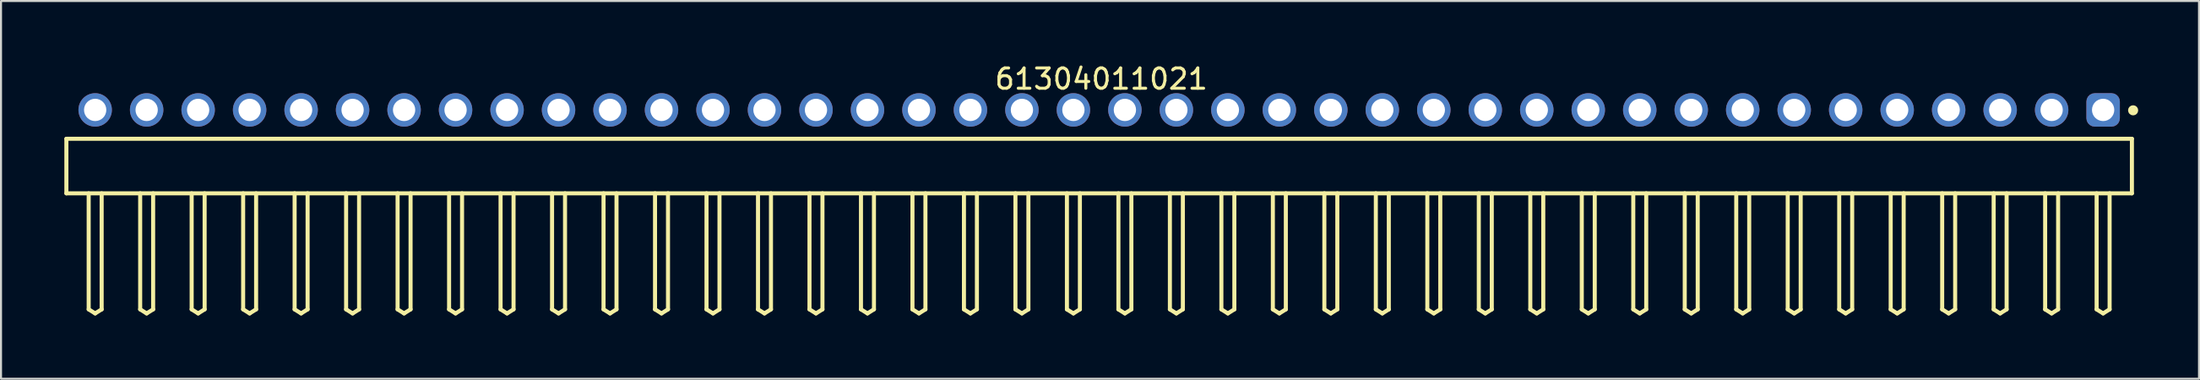
<source format=kicad_pcb>
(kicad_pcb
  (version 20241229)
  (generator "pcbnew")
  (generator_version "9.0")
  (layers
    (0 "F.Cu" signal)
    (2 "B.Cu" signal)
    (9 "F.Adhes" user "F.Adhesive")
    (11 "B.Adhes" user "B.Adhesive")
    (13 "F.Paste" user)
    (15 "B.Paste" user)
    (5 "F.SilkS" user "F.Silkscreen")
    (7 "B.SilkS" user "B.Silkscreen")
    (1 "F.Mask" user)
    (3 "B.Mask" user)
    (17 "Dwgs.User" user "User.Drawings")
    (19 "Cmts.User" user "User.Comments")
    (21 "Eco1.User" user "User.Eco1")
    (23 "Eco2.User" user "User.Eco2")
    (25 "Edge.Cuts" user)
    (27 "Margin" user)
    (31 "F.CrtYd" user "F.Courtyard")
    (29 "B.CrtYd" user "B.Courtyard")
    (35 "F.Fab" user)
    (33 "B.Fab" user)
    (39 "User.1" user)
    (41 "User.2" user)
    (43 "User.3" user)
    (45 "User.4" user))
  (footprint "61304011021"
    (layer "F.Cu")
    (at 51.175 5.143)
    (property "Reference" "61304011021" (at 0.105 -4.295 0) (layer "F.SilkS") (effects (font (size 1 1) (thickness 0.15))))
    (fp_line (start -50.95 -1.345) (end 50.95 -1.345) (stroke (width 0.2) (type solid)) (layer "F.SilkS"))
    (fp_line (start -50.95 1.345) (end -50.95 -1.345) (stroke (width 0.2) (type solid)) (layer "F.SilkS"))
    (fp_line (start -50.95 1.345) (end 50.95 1.345) (stroke (width 0.2) (type solid)) (layer "F.SilkS"))
    (fp_line (start -49.85 7.07) (end -49.85 1.345) (stroke (width 0.2) (type solid)) (layer "F.SilkS"))
    (fp_line (start -49.85 7.07) (end -49.53 7.27) (stroke (width 0.2) (type solid)) (layer "F.SilkS"))
    (fp_line (start -49.53 7.27) (end -49.21 7.07) (stroke (width 0.2) (type solid)) (layer "F.SilkS"))
    (fp_line (start -49.21 7.07) (end -49.21 1.345) (stroke (width 0.2) (type solid)) (layer "F.SilkS"))
    (fp_line (start -47.31 7.07) (end -47.31 1.345) (stroke (width 0.2) (type solid)) (layer "F.SilkS"))
    (fp_line (start -47.31 7.07) (end -46.99 7.27) (stroke (width 0.2) (type solid)) (layer "F.SilkS"))
    (fp_line (start -46.99 7.27) (end -46.67 7.07) (stroke (width 0.2) (type solid)) (layer "F.SilkS"))
    (fp_line (start -46.67 7.07) (end -46.67 1.345) (stroke (width 0.2) (type solid)) (layer "F.SilkS"))
    (fp_line (start -44.77 7.07) (end -44.77 1.345) (stroke (width 0.2) (type solid)) (layer "F.SilkS"))
    (fp_line (start -44.77 7.07) (end -44.45 7.27) (stroke (width 0.2) (type solid)) (layer "F.SilkS"))
    (fp_line (start -44.45 7.27) (end -44.13 7.07) (stroke (width 0.2) (type solid)) (layer "F.SilkS"))
    (fp_line (start -44.13 7.07) (end -44.13 1.345) (stroke (width 0.2) (type solid)) (layer "F.SilkS"))
    (fp_line (start -42.23 7.07) (end -42.23 1.345) (stroke (width 0.2) (type solid)) (layer "F.SilkS"))
    (fp_line (start -42.23 7.07) (end -41.91 7.27) (stroke (width 0.2) (type solid)) (layer "F.SilkS"))
    (fp_line (start -41.91 7.27) (end -41.59 7.07) (stroke (width 0.2) (type solid)) (layer "F.SilkS"))
    (fp_line (start -41.59 7.07) (end -41.59 1.345) (stroke (width 0.2) (type solid)) (layer "F.SilkS"))
    (fp_line (start -39.69 7.07) (end -39.69 1.345) (stroke (width 0.2) (type solid)) (layer "F.SilkS"))
    (fp_line (start -39.69 7.07) (end -39.37 7.27) (stroke (width 0.2) (type solid)) (layer "F.SilkS"))
    (fp_line (start -39.37 7.27) (end -39.05 7.07) (stroke (width 0.2) (type solid)) (layer "F.SilkS"))
    (fp_line (start -39.05 7.07) (end -39.05 1.345) (stroke (width 0.2) (type solid)) (layer "F.SilkS"))
    (fp_line (start -37.15 7.07) (end -37.15 1.345) (stroke (width 0.2) (type solid)) (layer "F.SilkS"))
    (fp_line (start -37.15 7.07) (end -36.83 7.27) (stroke (width 0.2) (type solid)) (layer "F.SilkS"))
    (fp_line (start -36.83 7.27) (end -36.51 7.07) (stroke (width 0.2) (type solid)) (layer "F.SilkS"))
    (fp_line (start -36.51 7.07) (end -36.51 1.345) (stroke (width 0.2) (type solid)) (layer "F.SilkS"))
    (fp_line (start -34.61 7.07) (end -34.61 1.345) (stroke (width 0.2) (type solid)) (layer "F.SilkS"))
    (fp_line (start -34.61 7.07) (end -34.29 7.27) (stroke (width 0.2) (type solid)) (layer "F.SilkS"))
    (fp_line (start -34.29 7.27) (end -33.97 7.07) (stroke (width 0.2) (type solid)) (layer "F.SilkS"))
    (fp_line (start -33.97 7.07) (end -33.97 1.345) (stroke (width 0.2) (type solid)) (layer "F.SilkS"))
    (fp_line (start -32.07 7.07) (end -32.07 1.345) (stroke (width 0.2) (type solid)) (layer "F.SilkS"))
    (fp_line (start -32.07 7.07) (end -31.75 7.27) (stroke (width 0.2) (type solid)) (layer "F.SilkS"))
    (fp_line (start -31.75 7.27) (end -31.43 7.07) (stroke (width 0.2) (type solid)) (layer "F.SilkS"))
    (fp_line (start -31.43 7.07) (end -31.43 1.345) (stroke (width 0.2) (type solid)) (layer "F.SilkS"))
    (fp_line (start -29.53 7.07) (end -29.53 1.345) (stroke (width 0.2) (type solid)) (layer "F.SilkS"))
    (fp_line (start -29.53 7.07) (end -29.21 7.27) (stroke (width 0.2) (type solid)) (layer "F.SilkS"))
    (fp_line (start -29.21 7.27) (end -28.89 7.07) (stroke (width 0.2) (type solid)) (layer "F.SilkS"))
    (fp_line (start -28.89 7.07) (end -28.89 1.345) (stroke (width 0.2) (type solid)) (layer "F.SilkS"))
    (fp_line (start -26.99 7.07) (end -26.99 1.345) (stroke (width 0.2) (type solid)) (layer "F.SilkS"))
    (fp_line (start -26.99 7.07) (end -26.67 7.27) (stroke (width 0.2) (type solid)) (layer "F.SilkS"))
    (fp_line (start -26.67 7.27) (end -26.35 7.07) (stroke (width 0.2) (type solid)) (layer "F.SilkS"))
    (fp_line (start -26.35 7.07) (end -26.35 1.345) (stroke (width 0.2) (type solid)) (layer "F.SilkS"))
    (fp_line (start -24.45 7.07) (end -24.45 1.345) (stroke (width 0.2) (type solid)) (layer "F.SilkS"))
    (fp_line (start -24.45 7.07) (end -24.13 7.27) (stroke (width 0.2) (type solid)) (layer "F.SilkS"))
    (fp_line (start -24.13 7.27) (end -23.81 7.07) (stroke (width 0.2) (type solid)) (layer "F.SilkS"))
    (fp_line (start -23.81 7.07) (end -23.81 1.345) (stroke (width 0.2) (type solid)) (layer "F.SilkS"))
    (fp_line (start -21.91 7.07) (end -21.91 1.345) (stroke (width 0.2) (type solid)) (layer "F.SilkS"))
    (fp_line (start -21.91 7.07) (end -21.59 7.27) (stroke (width 0.2) (type solid)) (layer "F.SilkS"))
    (fp_line (start -21.59 7.27) (end -21.27 7.07) (stroke (width 0.2) (type solid)) (layer "F.SilkS"))
    (fp_line (start -21.27 7.07) (end -21.27 1.345) (stroke (width 0.2) (type solid)) (layer "F.SilkS"))
    (fp_line (start -19.37 7.07) (end -19.37 1.345) (stroke (width 0.2) (type solid)) (layer "F.SilkS"))
    (fp_line (start -19.37 7.07) (end -19.05 7.27) (stroke (width 0.2) (type solid)) (layer "F.SilkS"))
    (fp_line (start -19.05 7.27) (end -18.73 7.07) (stroke (width 0.2) (type solid)) (layer "F.SilkS"))
    (fp_line (start -18.73 7.07) (end -18.73 1.345) (stroke (width 0.2) (type solid)) (layer "F.SilkS"))
    (fp_line (start -16.83 7.07) (end -16.83 1.345) (stroke (width 0.2) (type solid)) (layer "F.SilkS"))
    (fp_line (start -16.83 7.07) (end -16.51 7.27) (stroke (width 0.2) (type solid)) (layer "F.SilkS"))
    (fp_line (start -16.51 7.27) (end -16.19 7.07) (stroke (width 0.2) (type solid)) (layer "F.SilkS"))
    (fp_line (start -16.19 7.07) (end -16.19 1.345) (stroke (width 0.2) (type solid)) (layer "F.SilkS"))
    (fp_line (start -14.29 7.07) (end -14.29 1.345) (stroke (width 0.2) (type solid)) (layer "F.SilkS"))
    (fp_line (start -14.29 7.07) (end -13.97 7.27) (stroke (width 0.2) (type solid)) (layer "F.SilkS"))
    (fp_line (start -13.97 7.27) (end -13.65 7.07) (stroke (width 0.2) (type solid)) (layer "F.SilkS"))
    (fp_line (start -13.65 7.07) (end -13.65 1.345) (stroke (width 0.2) (type solid)) (layer "F.SilkS"))
    (fp_line (start -11.75 7.07) (end -11.75 1.345) (stroke (width 0.2) (type solid)) (layer "F.SilkS"))
    (fp_line (start -11.75 7.07) (end -11.43 7.27) (stroke (width 0.2) (type solid)) (layer "F.SilkS"))
    (fp_line (start -11.43 7.27) (end -11.11 7.07) (stroke (width 0.2) (type solid)) (layer "F.SilkS"))
    (fp_line (start -11.11 7.07) (end -11.11 1.345) (stroke (width 0.2) (type solid)) (layer "F.SilkS"))
    (fp_line (start -9.21 7.07) (end -9.21 1.345) (stroke (width 0.2) (type solid)) (layer "F.SilkS"))
    (fp_line (start -9.21 7.07) (end -8.89 7.27) (stroke (width 0.2) (type solid)) (layer "F.SilkS"))
    (fp_line (start -8.89 7.27) (end -8.57 7.07) (stroke (width 0.2) (type solid)) (layer "F.SilkS"))
    (fp_line (start -8.57 7.07) (end -8.57 1.345) (stroke (width 0.2) (type solid)) (layer "F.SilkS"))
    (fp_line (start -6.67 7.07) (end -6.67 1.345) (stroke (width 0.2) (type solid)) (layer "F.SilkS"))
    (fp_line (start -6.67 7.07) (end -6.35 7.27) (stroke (width 0.2) (type solid)) (layer "F.SilkS"))
    (fp_line (start -6.35 7.27) (end -6.03 7.07) (stroke (width 0.2) (type solid)) (layer "F.SilkS"))
    (fp_line (start -6.03 7.07) (end -6.03 1.345) (stroke (width 0.2) (type solid)) (layer "F.SilkS"))
    (fp_line (start -4.13 7.07) (end -4.13 1.345) (stroke (width 0.2) (type solid)) (layer "F.SilkS"))
    (fp_line (start -4.13 7.07) (end -3.81 7.27) (stroke (width 0.2) (type solid)) (layer "F.SilkS"))
    (fp_line (start -3.81 7.27) (end -3.49 7.07) (stroke (width 0.2) (type solid)) (layer "F.SilkS"))
    (fp_line (start -3.49 7.07) (end -3.49 1.345) (stroke (width 0.2) (type solid)) (layer "F.SilkS"))
    (fp_line (start -1.59 7.07) (end -1.59 1.345) (stroke (width 0.2) (type solid)) (layer "F.SilkS"))
    (fp_line (start -1.59 7.07) (end -1.27 7.27) (stroke (width 0.2) (type solid)) (layer "F.SilkS"))
    (fp_line (start -1.27 7.27) (end -0.95 7.07) (stroke (width 0.2) (type solid)) (layer "F.SilkS"))
    (fp_line (start -0.95 7.07) (end -0.95 1.345) (stroke (width 0.2) (type solid)) (layer "F.SilkS"))
    (fp_line (start 0.95 7.07) (end 0.95 1.345) (stroke (width 0.2) (type solid)) (layer "F.SilkS"))
    (fp_line (start 0.95 7.07) (end 1.27 7.27) (stroke (width 0.2) (type solid)) (layer "F.SilkS"))
    (fp_line (start 1.27 7.27) (end 1.59 7.07) (stroke (width 0.2) (type solid)) (layer "F.SilkS"))
    (fp_line (start 1.59 7.07) (end 1.59 1.345) (stroke (width 0.2) (type solid)) (layer "F.SilkS"))
    (fp_line (start 3.49 7.07) (end 3.49 1.345) (stroke (width 0.2) (type solid)) (layer "F.SilkS"))
    (fp_line (start 3.49 7.07) (end 3.81 7.27) (stroke (width 0.2) (type solid)) (layer "F.SilkS"))
    (fp_line (start 3.81 7.27) (end 4.13 7.07) (stroke (width 0.2) (type solid)) (layer "F.SilkS"))
    (fp_line (start 4.13 7.07) (end 4.13 1.345) (stroke (width 0.2) (type solid)) (layer "F.SilkS"))
    (fp_line (start 6.03 7.07) (end 6.03 1.345) (stroke (width 0.2) (type solid)) (layer "F.SilkS"))
    (fp_line (start 6.03 7.07) (end 6.35 7.27) (stroke (width 0.2) (type solid)) (layer "F.SilkS"))
    (fp_line (start 6.35 7.27) (end 6.67 7.07) (stroke (width 0.2) (type solid)) (layer "F.SilkS"))
    (fp_line (start 6.67 7.07) (end 6.67 1.345) (stroke (width 0.2) (type solid)) (layer "F.SilkS"))
    (fp_line (start 8.57 7.07) (end 8.57 1.345) (stroke (width 0.2) (type solid)) (layer "F.SilkS"))
    (fp_line (start 8.57 7.07) (end 8.89 7.27) (stroke (width 0.2) (type solid)) (layer "F.SilkS"))
    (fp_line (start 8.89 7.27) (end 9.21 7.07) (stroke (width 0.2) (type solid)) (layer "F.SilkS"))
    (fp_line (start 9.21 7.07) (end 9.21 1.345) (stroke (width 0.2) (type solid)) (layer "F.SilkS"))
    (fp_line (start 11.11 7.07) (end 11.11 1.345) (stroke (width 0.2) (type solid)) (layer "F.SilkS"))
    (fp_line (start 11.11 7.07) (end 11.43 7.27) (stroke (width 0.2) (type solid)) (layer "F.SilkS"))
    (fp_line (start 11.43 7.27) (end 11.75 7.07) (stroke (width 0.2) (type solid)) (layer "F.SilkS"))
    (fp_line (start 11.75 7.07) (end 11.75 1.345) (stroke (width 0.2) (type solid)) (layer "F.SilkS"))
    (fp_line (start 13.65 7.07) (end 13.65 1.345) (stroke (width 0.2) (type solid)) (layer "F.SilkS"))
    (fp_line (start 13.65 7.07) (end 13.97 7.27) (stroke (width 0.2) (type solid)) (layer "F.SilkS"))
    (fp_line (start 13.97 7.27) (end 14.29 7.07) (stroke (width 0.2) (type solid)) (layer "F.SilkS"))
    (fp_line (start 14.29 7.07) (end 14.29 1.345) (stroke (width 0.2) (type solid)) (layer "F.SilkS"))
    (fp_line (start 16.19 7.07) (end 16.19 1.345) (stroke (width 0.2) (type solid)) (layer "F.SilkS"))
    (fp_line (start 16.19 7.07) (end 16.51 7.27) (stroke (width 0.2) (type solid)) (layer "F.SilkS"))
    (fp_line (start 16.51 7.27) (end 16.83 7.07) (stroke (width 0.2) (type solid)) (layer "F.SilkS"))
    (fp_line (start 16.83 7.07) (end 16.83 1.345) (stroke (width 0.2) (type solid)) (layer "F.SilkS"))
    (fp_line (start 18.73 7.07) (end 18.73 1.345) (stroke (width 0.2) (type solid)) (layer "F.SilkS"))
    (fp_line (start 18.73 7.07) (end 19.05 7.27) (stroke (width 0.2) (type solid)) (layer "F.SilkS"))
    (fp_line (start 19.05 7.27) (end 19.37 7.07) (stroke (width 0.2) (type solid)) (layer "F.SilkS"))
    (fp_line (start 19.37 7.07) (end 19.37 1.345) (stroke (width 0.2) (type solid)) (layer "F.SilkS"))
    (fp_line (start 21.27 7.07) (end 21.27 1.345) (stroke (width 0.2) (type solid)) (layer "F.SilkS"))
    (fp_line (start 21.27 7.07) (end 21.59 7.27) (stroke (width 0.2) (type solid)) (layer "F.SilkS"))
    (fp_line (start 21.59 7.27) (end 21.91 7.07) (stroke (width 0.2) (type solid)) (layer "F.SilkS"))
    (fp_line (start 21.91 7.07) (end 21.91 1.345) (stroke (width 0.2) (type solid)) (layer "F.SilkS"))
    (fp_line (start 23.81 7.07) (end 23.81 1.345) (stroke (width 0.2) (type solid)) (layer "F.SilkS"))
    (fp_line (start 23.81 7.07) (end 24.13 7.27) (stroke (width 0.2) (type solid)) (layer "F.SilkS"))
    (fp_line (start 24.13 7.27) (end 24.45 7.07) (stroke (width 0.2) (type solid)) (layer "F.SilkS"))
    (fp_line (start 24.45 7.07) (end 24.45 1.345) (stroke (width 0.2) (type solid)) (layer "F.SilkS"))
    (fp_line (start 26.35 7.07) (end 26.35 1.345) (stroke (width 0.2) (type solid)) (layer "F.SilkS"))
    (fp_line (start 26.35 7.07) (end 26.67 7.27) (stroke (width 0.2) (type solid)) (layer "F.SilkS"))
    (fp_line (start 26.67 7.27) (end 26.99 7.07) (stroke (width 0.2) (type solid)) (layer "F.SilkS"))
    (fp_line (start 26.99 7.07) (end 26.99 1.345) (stroke (width 0.2) (type solid)) (layer "F.SilkS"))
    (fp_line (start 28.89 7.07) (end 28.89 1.345) (stroke (width 0.2) (type solid)) (layer "F.SilkS"))
    (fp_line (start 28.89 7.07) (end 29.21 7.27) (stroke (width 0.2) (type solid)) (layer "F.SilkS"))
    (fp_line (start 29.21 7.27) (end 29.53 7.07) (stroke (width 0.2) (type solid)) (layer "F.SilkS"))
    (fp_line (start 29.53 7.07) (end 29.53 1.345) (stroke (width 0.2) (type solid)) (layer "F.SilkS"))
    (fp_line (start 31.43 7.07) (end 31.43 1.345) (stroke (width 0.2) (type solid)) (layer "F.SilkS"))
    (fp_line (start 31.43 7.07) (end 31.75 7.27) (stroke (width 0.2) (type solid)) (layer "F.SilkS"))
    (fp_line (start 31.75 7.27) (end 32.07 7.07) (stroke (width 0.2) (type solid)) (layer "F.SilkS"))
    (fp_line (start 32.07 7.07) (end 32.07 1.345) (stroke (width 0.2) (type solid)) (layer "F.SilkS"))
    (fp_line (start 33.97 7.07) (end 33.97 1.345) (stroke (width 0.2) (type solid)) (layer "F.SilkS"))
    (fp_line (start 33.97 7.07) (end 34.29 7.27) (stroke (width 0.2) (type solid)) (layer "F.SilkS"))
    (fp_line (start 34.29 7.27) (end 34.61 7.07) (stroke (width 0.2) (type solid)) (layer "F.SilkS"))
    (fp_line (start 34.61 7.07) (end 34.61 1.345) (stroke (width 0.2) (type solid)) (layer "F.SilkS"))
    (fp_line (start 36.51 7.07) (end 36.51 1.345) (stroke (width 0.2) (type solid)) (layer "F.SilkS"))
    (fp_line (start 36.51 7.07) (end 36.83 7.27) (stroke (width 0.2) (type solid)) (layer "F.SilkS"))
    (fp_line (start 36.83 7.27) (end 37.15 7.07) (stroke (width 0.2) (type solid)) (layer "F.SilkS"))
    (fp_line (start 37.15 7.07) (end 37.15 1.345) (stroke (width 0.2) (type solid)) (layer "F.SilkS"))
    (fp_line (start 39.05 7.07) (end 39.05 1.345) (stroke (width 0.2) (type solid)) (layer "F.SilkS"))
    (fp_line (start 39.05 7.07) (end 39.37 7.27) (stroke (width 0.2) (type solid)) (layer "F.SilkS"))
    (fp_line (start 39.37 7.27) (end 39.69 7.07) (stroke (width 0.2) (type solid)) (layer "F.SilkS"))
    (fp_line (start 39.69 7.07) (end 39.69 1.345) (stroke (width 0.2) (type solid)) (layer "F.SilkS"))
    (fp_line (start 41.59 7.07) (end 41.59 1.345) (stroke (width 0.2) (type solid)) (layer "F.SilkS"))
    (fp_line (start 41.59 7.07) (end 41.91 7.27) (stroke (width 0.2) (type solid)) (layer "F.SilkS"))
    (fp_line (start 41.91 7.27) (end 42.23 7.07) (stroke (width 0.2) (type solid)) (layer "F.SilkS"))
    (fp_line (start 42.23 7.07) (end 42.23 1.345) (stroke (width 0.2) (type solid)) (layer "F.SilkS"))
    (fp_line (start 44.13 7.07) (end 44.13 1.345) (stroke (width 0.2) (type solid)) (layer "F.SilkS"))
    (fp_line (start 44.13 7.07) (end 44.45 7.27) (stroke (width 0.2) (type solid)) (layer "F.SilkS"))
    (fp_line (start 44.45 7.27) (end 44.77 7.07) (stroke (width 0.2) (type solid)) (layer "F.SilkS"))
    (fp_line (start 44.77 7.07) (end 44.77 1.345) (stroke (width 0.2) (type solid)) (layer "F.SilkS"))
    (fp_line (start 46.67 7.07) (end 46.67 1.345) (stroke (width 0.2) (type solid)) (layer "F.SilkS"))
    (fp_line (start 46.67 7.07) (end 46.99 7.27) (stroke (width 0.2) (type solid)) (layer "F.SilkS"))
    (fp_line (start 46.99 7.27) (end 47.31 7.07) (stroke (width 0.2) (type solid)) (layer "F.SilkS"))
    (fp_line (start 47.31 7.07) (end 47.31 1.345) (stroke (width 0.2) (type solid)) (layer "F.SilkS"))
    (fp_line (start 49.21 7.07) (end 49.21 1.345) (stroke (width 0.2) (type solid)) (layer "F.SilkS"))
    (fp_line (start 49.21 7.07) (end 49.53 7.27) (stroke (width 0.2) (type solid)) (layer "F.SilkS"))
    (fp_line (start 49.53 7.27) (end 49.85 7.07) (stroke (width 0.2) (type solid)) (layer "F.SilkS"))
    (fp_line (start 49.85 7.07) (end 49.85 1.345) (stroke (width 0.2) (type solid)) (layer "F.SilkS"))
    (fp_line (start 50.95 1.345) (end 50.95 -1.345) (stroke (width 0.2) (type solid)) (layer "F.SilkS"))
    (fp_circle (center 51.01 -2.75) (end 51.01 -2.875) (stroke (width 0.25) (type solid)) (fill no) (layer "F.SilkS"))
    (fp_line (start -51.15 -3.795) (end 51.15 -3.795) (stroke (width 0.05) (type solid)) (layer "Eco2.User"))
    (fp_line (start -51.15 7.47) (end -51.15 -3.795) (stroke (width 0.05) (type solid)) (layer "Eco2.User"))
    (fp_line (start -51.15 7.47) (end 51.15 7.47) (stroke (width 0.05) (type solid)) (layer "Eco2.User"))
    (fp_line (start -50.8 -1.27) (end 50.8 -1.27) (stroke (width 0.1) (type solid)) (layer "Eco2.User"))
    (fp_line (start -50.8 1.27) (end -50.8 -1.27) (stroke (width 0.1) (type solid)) (layer "Eco2.User"))
    (fp_line (start -50.8 1.27) (end 50.8 1.27) (stroke (width 0.1) (type solid)) (layer "Eco2.User"))
    (fp_line (start -49.85 -3.09) (end -49.21 -3.09) (stroke (width 0.1) (type solid)) (layer "Eco2.User"))
    (fp_line (start -49.85 -1.27) (end -49.85 -3.09) (stroke (width 0.1) (type solid)) (layer "Eco2.User"))
    (fp_line (start -49.85 7.07) (end -49.85 1.27) (stroke (width 0.1) (type solid)) (layer "Eco2.User"))
    (fp_line (start -49.85 7.07) (end -49.53 7.27) (stroke (width 0.1) (type solid)) (layer "Eco2.User"))
    (fp_line (start -49.53 7.27) (end -49.21 7.07) (stroke (width 0.1) (type solid)) (layer "Eco2.User"))
    (fp_line (start -49.21 -1.27) (end -49.21 -3.09) (stroke (width 0.1) (type solid)) (layer "Eco2.User"))
    (fp_line (start -49.21 7.07) (end -49.21 1.27) (stroke (width 0.1) (type solid)) (layer "Eco2.User"))
    (fp_line (start -47.31 -3.09) (end -46.67 -3.09) (stroke (width 0.1) (type solid)) (layer "Eco2.User"))
    (fp_line (start -47.31 -1.27) (end -47.31 -3.09) (stroke (width 0.1) (type solid)) (layer "Eco2.User"))
    (fp_line (start -47.31 7.07) (end -47.31 1.27) (stroke (width 0.1) (type solid)) (layer "Eco2.User"))
    (fp_line (start -47.31 7.07) (end -46.99 7.27) (stroke (width 0.1) (type solid)) (layer "Eco2.User"))
    (fp_line (start -46.99 7.27) (end -46.67 7.07) (stroke (width 0.1) (type solid)) (layer "Eco2.User"))
    (fp_line (start -46.67 -1.27) (end -46.67 -3.09) (stroke (width 0.1) (type solid)) (layer "Eco2.User"))
    (fp_line (start -46.67 7.07) (end -46.67 1.27) (stroke (width 0.1) (type solid)) (layer "Eco2.User"))
    (fp_line (start -44.77 -3.09) (end -44.13 -3.09) (stroke (width 0.1) (type solid)) (layer "Eco2.User"))
    (fp_line (start -44.77 -1.27) (end -44.77 -3.09) (stroke (width 0.1) (type solid)) (layer "Eco2.User"))
    (fp_line (start -44.77 7.07) (end -44.77 1.27) (stroke (width 0.1) (type solid)) (layer "Eco2.User"))
    (fp_line (start -44.77 7.07) (end -44.45 7.27) (stroke (width 0.1) (type solid)) (layer "Eco2.User"))
    (fp_line (start -44.45 7.27) (end -44.13 7.07) (stroke (width 0.1) (type solid)) (layer "Eco2.User"))
    (fp_line (start -44.13 -1.27) (end -44.13 -3.09) (stroke (width 0.1) (type solid)) (layer "Eco2.User"))
    (fp_line (start -44.13 7.07) (end -44.13 1.27) (stroke (width 0.1) (type solid)) (layer "Eco2.User"))
    (fp_line (start -42.23 -3.09) (end -41.59 -3.09) (stroke (width 0.1) (type solid)) (layer "Eco2.User"))
    (fp_line (start -42.23 -1.27) (end -42.23 -3.09) (stroke (width 0.1) (type solid)) (layer "Eco2.User"))
    (fp_line (start -42.23 7.07) (end -42.23 1.27) (stroke (width 0.1) (type solid)) (layer "Eco2.User"))
    (fp_line (start -42.23 7.07) (end -41.91 7.27) (stroke (width 0.1) (type solid)) (layer "Eco2.User"))
    (fp_line (start -41.91 7.27) (end -41.59 7.07) (stroke (width 0.1) (type solid)) (layer "Eco2.User"))
    (fp_line (start -41.59 -1.27) (end -41.59 -3.09) (stroke (width 0.1) (type solid)) (layer "Eco2.User"))
    (fp_line (start -41.59 7.07) (end -41.59 1.27) (stroke (width 0.1) (type solid)) (layer "Eco2.User"))
    (fp_line (start -39.69 -3.09) (end -39.05 -3.09) (stroke (width 0.1) (type solid)) (layer "Eco2.User"))
    (fp_line (start -39.69 -1.27) (end -39.69 -3.09) (stroke (width 0.1) (type solid)) (layer "Eco2.User"))
    (fp_line (start -39.69 7.07) (end -39.69 1.27) (stroke (width 0.1) (type solid)) (layer "Eco2.User"))
    (fp_line (start -39.69 7.07) (end -39.37 7.27) (stroke (width 0.1) (type solid)) (layer "Eco2.User"))
    (fp_line (start -39.37 7.27) (end -39.05 7.07) (stroke (width 0.1) (type solid)) (layer "Eco2.User"))
    (fp_line (start -39.05 -1.27) (end -39.05 -3.09) (stroke (width 0.1) (type solid)) (layer "Eco2.User"))
    (fp_line (start -39.05 7.07) (end -39.05 1.27) (stroke (width 0.1) (type solid)) (layer "Eco2.User"))
    (fp_line (start -37.15 -3.09) (end -36.51 -3.09) (stroke (width 0.1) (type solid)) (layer "Eco2.User"))
    (fp_line (start -37.15 -1.27) (end -37.15 -3.09) (stroke (width 0.1) (type solid)) (layer "Eco2.User"))
    (fp_line (start -37.15 7.07) (end -37.15 1.27) (stroke (width 0.1) (type solid)) (layer "Eco2.User"))
    (fp_line (start -37.15 7.07) (end -36.83 7.27) (stroke (width 0.1) (type solid)) (layer "Eco2.User"))
    (fp_line (start -36.83 7.27) (end -36.51 7.07) (stroke (width 0.1) (type solid)) (layer "Eco2.User"))
    (fp_line (start -36.51 -1.27) (end -36.51 -3.09) (stroke (width 0.1) (type solid)) (layer "Eco2.User"))
    (fp_line (start -36.51 7.07) (end -36.51 1.27) (stroke (width 0.1) (type solid)) (layer "Eco2.User"))
    (fp_line (start -34.61 -3.09) (end -33.97 -3.09) (stroke (width 0.1) (type solid)) (layer "Eco2.User"))
    (fp_line (start -34.61 -1.27) (end -34.61 -3.09) (stroke (width 0.1) (type solid)) (layer "Eco2.User"))
    (fp_line (start -34.61 7.07) (end -34.61 1.27) (stroke (width 0.1) (type solid)) (layer "Eco2.User"))
    (fp_line (start -34.61 7.07) (end -34.29 7.27) (stroke (width 0.1) (type solid)) (layer "Eco2.User"))
    (fp_line (start -34.29 7.27) (end -33.97 7.07) (stroke (width 0.1) (type solid)) (layer "Eco2.User"))
    (fp_line (start -33.97 -1.27) (end -33.97 -3.09) (stroke (width 0.1) (type solid)) (layer "Eco2.User"))
    (fp_line (start -33.97 7.07) (end -33.97 1.27) (stroke (width 0.1) (type solid)) (layer "Eco2.User"))
    (fp_line (start -32.07 -3.09) (end -31.43 -3.09) (stroke (width 0.1) (type solid)) (layer "Eco2.User"))
    (fp_line (start -32.07 -1.27) (end -32.07 -3.09) (stroke (width 0.1) (type solid)) (layer "Eco2.User"))
    (fp_line (start -32.07 7.07) (end -32.07 1.27) (stroke (width 0.1) (type solid)) (layer "Eco2.User"))
    (fp_line (start -32.07 7.07) (end -31.75 7.27) (stroke (width 0.1) (type solid)) (layer "Eco2.User"))
    (fp_line (start -31.75 7.27) (end -31.43 7.07) (stroke (width 0.1) (type solid)) (layer "Eco2.User"))
    (fp_line (start -31.43 -1.27) (end -31.43 -3.09) (stroke (width 0.1) (type solid)) (layer "Eco2.User"))
    (fp_line (start -31.43 7.07) (end -31.43 1.27) (stroke (width 0.1) (type solid)) (layer "Eco2.User"))
    (fp_line (start -29.53 -3.09) (end -28.89 -3.09) (stroke (width 0.1) (type solid)) (layer "Eco2.User"))
    (fp_line (start -29.53 -1.27) (end -29.53 -3.09) (stroke (width 0.1) (type solid)) (layer "Eco2.User"))
    (fp_line (start -29.53 7.07) (end -29.53 1.27) (stroke (width 0.1) (type solid)) (layer "Eco2.User"))
    (fp_line (start -29.53 7.07) (end -29.21 7.27) (stroke (width 0.1) (type solid)) (layer "Eco2.User"))
    (fp_line (start -29.21 7.27) (end -28.89 7.07) (stroke (width 0.1) (type solid)) (layer "Eco2.User"))
    (fp_line (start -28.89 -1.27) (end -28.89 -3.09) (stroke (width 0.1) (type solid)) (layer "Eco2.User"))
    (fp_line (start -28.89 7.07) (end -28.89 1.27) (stroke (width 0.1) (type solid)) (layer "Eco2.User"))
    (fp_line (start -26.99 -3.09) (end -26.35 -3.09) (stroke (width 0.1) (type solid)) (layer "Eco2.User"))
    (fp_line (start -26.99 -1.27) (end -26.99 -3.09) (stroke (width 0.1) (type solid)) (layer "Eco2.User"))
    (fp_line (start -26.99 7.07) (end -26.99 1.27) (stroke (width 0.1) (type solid)) (layer "Eco2.User"))
    (fp_line (start -26.99 7.07) (end -26.67 7.27) (stroke (width 0.1) (type solid)) (layer "Eco2.User"))
    (fp_line (start -26.67 7.27) (end -26.35 7.07) (stroke (width 0.1) (type solid)) (layer "Eco2.User"))
    (fp_line (start -26.35 -1.27) (end -26.35 -3.09) (stroke (width 0.1) (type solid)) (layer "Eco2.User"))
    (fp_line (start -26.35 7.07) (end -26.35 1.27) (stroke (width 0.1) (type solid)) (layer "Eco2.User"))
    (fp_line (start -24.45 -3.09) (end -23.81 -3.09) (stroke (width 0.1) (type solid)) (layer "Eco2.User"))
    (fp_line (start -24.45 -1.27) (end -24.45 -3.09) (stroke (width 0.1) (type solid)) (layer "Eco2.User"))
    (fp_line (start -24.45 7.07) (end -24.45 1.27) (stroke (width 0.1) (type solid)) (layer "Eco2.User"))
    (fp_line (start -24.45 7.07) (end -24.13 7.27) (stroke (width 0.1) (type solid)) (layer "Eco2.User"))
    (fp_line (start -24.13 7.27) (end -23.81 7.07) (stroke (width 0.1) (type solid)) (layer "Eco2.User"))
    (fp_line (start -23.81 -1.27) (end -23.81 -3.09) (stroke (width 0.1) (type solid)) (layer "Eco2.User"))
    (fp_line (start -23.81 7.07) (end -23.81 1.27) (stroke (width 0.1) (type solid)) (layer "Eco2.User"))
    (fp_line (start -21.91 -3.09) (end -21.27 -3.09) (stroke (width 0.1) (type solid)) (layer "Eco2.User"))
    (fp_line (start -21.91 -1.27) (end -21.91 -3.09) (stroke (width 0.1) (type solid)) (layer "Eco2.User"))
    (fp_line (start -21.91 7.07) (end -21.91 1.27) (stroke (width 0.1) (type solid)) (layer "Eco2.User"))
    (fp_line (start -21.91 7.07) (end -21.59 7.27) (stroke (width 0.1) (type solid)) (layer "Eco2.User"))
    (fp_line (start -21.59 7.27) (end -21.27 7.07) (stroke (width 0.1) (type solid)) (layer "Eco2.User"))
    (fp_line (start -21.27 -1.27) (end -21.27 -3.09) (stroke (width 0.1) (type solid)) (layer "Eco2.User"))
    (fp_line (start -21.27 7.07) (end -21.27 1.27) (stroke (width 0.1) (type solid)) (layer "Eco2.User"))
    (fp_line (start -19.37 -3.09) (end -18.73 -3.09) (stroke (width 0.1) (type solid)) (layer "Eco2.User"))
    (fp_line (start -19.37 -1.27) (end -19.37 -3.09) (stroke (width 0.1) (type solid)) (layer "Eco2.User"))
    (fp_line (start -19.37 7.07) (end -19.37 1.27) (stroke (width 0.1) (type solid)) (layer "Eco2.User"))
    (fp_line (start -19.37 7.07) (end -19.05 7.27) (stroke (width 0.1) (type solid)) (layer "Eco2.User"))
    (fp_line (start -19.05 7.27) (end -18.73 7.07) (stroke (width 0.1) (type solid)) (layer "Eco2.User"))
    (fp_line (start -18.73 -1.27) (end -18.73 -3.09) (stroke (width 0.1) (type solid)) (layer "Eco2.User"))
    (fp_line (start -18.73 7.07) (end -18.73 1.27) (stroke (width 0.1) (type solid)) (layer "Eco2.User"))
    (fp_line (start -16.83 -3.09) (end -16.19 -3.09) (stroke (width 0.1) (type solid)) (layer "Eco2.User"))
    (fp_line (start -16.83 -1.27) (end -16.83 -3.09) (stroke (width 0.1) (type solid)) (layer "Eco2.User"))
    (fp_line (start -16.83 7.07) (end -16.83 1.27) (stroke (width 0.1) (type solid)) (layer "Eco2.User"))
    (fp_line (start -16.83 7.07) (end -16.51 7.27) (stroke (width 0.1) (type solid)) (layer "Eco2.User"))
    (fp_line (start -16.51 7.27) (end -16.19 7.07) (stroke (width 0.1) (type solid)) (layer "Eco2.User"))
    (fp_line (start -16.19 -1.27) (end -16.19 -3.09) (stroke (width 0.1) (type solid)) (layer "Eco2.User"))
    (fp_line (start -16.19 7.07) (end -16.19 1.27) (stroke (width 0.1) (type solid)) (layer "Eco2.User"))
    (fp_line (start -14.29 -3.09) (end -13.65 -3.09) (stroke (width 0.1) (type solid)) (layer "Eco2.User"))
    (fp_line (start -14.29 -1.27) (end -14.29 -3.09) (stroke (width 0.1) (type solid)) (layer "Eco2.User"))
    (fp_line (start -14.29 7.07) (end -14.29 1.27) (stroke (width 0.1) (type solid)) (layer "Eco2.User"))
    (fp_line (start -14.29 7.07) (end -13.97 7.27) (stroke (width 0.1) (type solid)) (layer "Eco2.User"))
    (fp_line (start -13.97 7.27) (end -13.65 7.07) (stroke (width 0.1) (type solid)) (layer "Eco2.User"))
    (fp_line (start -13.65 -1.27) (end -13.65 -3.09) (stroke (width 0.1) (type solid)) (layer "Eco2.User"))
    (fp_line (start -13.65 7.07) (end -13.65 1.27) (stroke (width 0.1) (type solid)) (layer "Eco2.User"))
    (fp_line (start -11.75 -3.09) (end -11.11 -3.09) (stroke (width 0.1) (type solid)) (layer "Eco2.User"))
    (fp_line (start -11.75 -1.27) (end -11.75 -3.09) (stroke (width 0.1) (type solid)) (layer "Eco2.User"))
    (fp_line (start -11.75 7.07) (end -11.75 1.27) (stroke (width 0.1) (type solid)) (layer "Eco2.User"))
    (fp_line (start -11.75 7.07) (end -11.43 7.27) (stroke (width 0.1) (type solid)) (layer "Eco2.User"))
    (fp_line (start -11.43 7.27) (end -11.11 7.07) (stroke (width 0.1) (type solid)) (layer "Eco2.User"))
    (fp_line (start -11.11 -1.27) (end -11.11 -3.09) (stroke (width 0.1) (type solid)) (layer "Eco2.User"))
    (fp_line (start -11.11 7.07) (end -11.11 1.27) (stroke (width 0.1) (type solid)) (layer "Eco2.User"))
    (fp_line (start -9.21 -3.09) (end -8.57 -3.09) (stroke (width 0.1) (type solid)) (layer "Eco2.User"))
    (fp_line (start -9.21 -1.27) (end -9.21 -3.09) (stroke (width 0.1) (type solid)) (layer "Eco2.User"))
    (fp_line (start -9.21 7.07) (end -9.21 1.27) (stroke (width 0.1) (type solid)) (layer "Eco2.User"))
    (fp_line (start -9.21 7.07) (end -8.89 7.27) (stroke (width 0.1) (type solid)) (layer "Eco2.User"))
    (fp_line (start -8.89 7.27) (end -8.57 7.07) (stroke (width 0.1) (type solid)) (layer "Eco2.User"))
    (fp_line (start -8.57 -1.27) (end -8.57 -3.09) (stroke (width 0.1) (type solid)) (layer "Eco2.User"))
    (fp_line (start -8.57 7.07) (end -8.57 1.27) (stroke (width 0.1) (type solid)) (layer "Eco2.User"))
    (fp_line (start -6.67 -3.09) (end -6.03 -3.09) (stroke (width 0.1) (type solid)) (layer "Eco2.User"))
    (fp_line (start -6.67 -1.27) (end -6.67 -3.09) (stroke (width 0.1) (type solid)) (layer "Eco2.User"))
    (fp_line (start -6.67 7.07) (end -6.67 1.27) (stroke (width 0.1) (type solid)) (layer "Eco2.User"))
    (fp_line (start -6.67 7.07) (end -6.35 7.27) (stroke (width 0.1) (type solid)) (layer "Eco2.User"))
    (fp_line (start -6.35 7.27) (end -6.03 7.07) (stroke (width 0.1) (type solid)) (layer "Eco2.User"))
    (fp_line (start -6.03 -1.27) (end -6.03 -3.09) (stroke (width 0.1) (type solid)) (layer "Eco2.User"))
    (fp_line (start -6.03 7.07) (end -6.03 1.27) (stroke (width 0.1) (type solid)) (layer "Eco2.User"))
    (fp_line (start -4.13 -3.09) (end -3.49 -3.09) (stroke (width 0.1) (type solid)) (layer "Eco2.User"))
    (fp_line (start -4.13 -1.27) (end -4.13 -3.09) (stroke (width 0.1) (type solid)) (layer "Eco2.User"))
    (fp_line (start -4.13 7.07) (end -4.13 1.27) (stroke (width 0.1) (type solid)) (layer "Eco2.User"))
    (fp_line (start -4.13 7.07) (end -3.81 7.27) (stroke (width 0.1) (type solid)) (layer "Eco2.User"))
    (fp_line (start -3.81 7.27) (end -3.49 7.07) (stroke (width 0.1) (type solid)) (layer "Eco2.User"))
    (fp_line (start -3.49 -1.27) (end -3.49 -3.09) (stroke (width 0.1) (type solid)) (layer "Eco2.User"))
    (fp_line (start -3.49 7.07) (end -3.49 1.27) (stroke (width 0.1) (type solid)) (layer "Eco2.User"))
    (fp_line (start -1.59 -3.09) (end -0.95 -3.09) (stroke (width 0.1) (type solid)) (layer "Eco2.User"))
    (fp_line (start -1.59 -1.27) (end -1.59 -3.09) (stroke (width 0.1) (type solid)) (layer "Eco2.User"))
    (fp_line (start -1.59 7.07) (end -1.59 1.27) (stroke (width 0.1) (type solid)) (layer "Eco2.User"))
    (fp_line (start -1.59 7.07) (end -1.27 7.27) (stroke (width 0.1) (type solid)) (layer "Eco2.User"))
    (fp_line (start -1.27 7.27) (end -0.95 7.07) (stroke (width 0.1) (type solid)) (layer "Eco2.User"))
    (fp_line (start -0.95 -1.27) (end -0.95 -3.09) (stroke (width 0.1) (type solid)) (layer "Eco2.User"))
    (fp_line (start -0.95 7.07) (end -0.95 1.27) (stroke (width 0.1) (type solid)) (layer "Eco2.User"))
    (fp_line (start -0.5 0) (end 0.5 0) (stroke (width 0.05) (type solid)) (layer "Eco2.User"))
    (fp_line (start 0 0.5) (end 0 -0.5) (stroke (width 0.05) (type solid)) (layer "Eco2.User"))
    (fp_line (start 0.95 -3.09) (end 1.59 -3.09) (stroke (width 0.1) (type solid)) (layer "Eco2.User"))
    (fp_line (start 0.95 -1.27) (end 0.95 -3.09) (stroke (width 0.1) (type solid)) (layer "Eco2.User"))
    (fp_line (start 0.95 7.07) (end 0.95 1.27) (stroke (width 0.1) (type solid)) (layer "Eco2.User"))
    (fp_line (start 0.95 7.07) (end 1.27 7.27) (stroke (width 0.1) (type solid)) (layer "Eco2.User"))
    (fp_line (start 1.27 7.27) (end 1.59 7.07) (stroke (width 0.1) (type solid)) (layer "Eco2.User"))
    (fp_line (start 1.59 -1.27) (end 1.59 -3.09) (stroke (width 0.1) (type solid)) (layer "Eco2.User"))
    (fp_line (start 1.59 7.07) (end 1.59 1.27) (stroke (width 0.1) (type solid)) (layer "Eco2.User"))
    (fp_line (start 3.49 -3.09) (end 4.13 -3.09) (stroke (width 0.1) (type solid)) (layer "Eco2.User"))
    (fp_line (start 3.49 -1.27) (end 3.49 -3.09) (stroke (width 0.1) (type solid)) (layer "Eco2.User"))
    (fp_line (start 3.49 7.07) (end 3.49 1.27) (stroke (width 0.1) (type solid)) (layer "Eco2.User"))
    (fp_line (start 3.49 7.07) (end 3.81 7.27) (stroke (width 0.1) (type solid)) (layer "Eco2.User"))
    (fp_line (start 3.81 7.27) (end 4.13 7.07) (stroke (width 0.1) (type solid)) (layer "Eco2.User"))
    (fp_line (start 4.13 -1.27) (end 4.13 -3.09) (stroke (width 0.1) (type solid)) (layer "Eco2.User"))
    (fp_line (start 4.13 7.07) (end 4.13 1.27) (stroke (width 0.1) (type solid)) (layer "Eco2.User"))
    (fp_line (start 6.03 -3.09) (end 6.67 -3.09) (stroke (width 0.1) (type solid)) (layer "Eco2.User"))
    (fp_line (start 6.03 -1.27) (end 6.03 -3.09) (stroke (width 0.1) (type solid)) (layer "Eco2.User"))
    (fp_line (start 6.03 7.07) (end 6.03 1.27) (stroke (width 0.1) (type solid)) (layer "Eco2.User"))
    (fp_line (start 6.03 7.07) (end 6.35 7.27) (stroke (width 0.1) (type solid)) (layer "Eco2.User"))
    (fp_line (start 6.35 7.27) (end 6.67 7.07) (stroke (width 0.1) (type solid)) (layer "Eco2.User"))
    (fp_line (start 6.67 -1.27) (end 6.67 -3.09) (stroke (width 0.1) (type solid)) (layer "Eco2.User"))
    (fp_line (start 6.67 7.07) (end 6.67 1.27) (stroke (width 0.1) (type solid)) (layer "Eco2.User"))
    (fp_line (start 8.57 -3.09) (end 9.21 -3.09) (stroke (width 0.1) (type solid)) (layer "Eco2.User"))
    (fp_line (start 8.57 -1.27) (end 8.57 -3.09) (stroke (width 0.1) (type solid)) (layer "Eco2.User"))
    (fp_line (start 8.57 7.07) (end 8.57 1.27) (stroke (width 0.1) (type solid)) (layer "Eco2.User"))
    (fp_line (start 8.57 7.07) (end 8.89 7.27) (stroke (width 0.1) (type solid)) (layer "Eco2.User"))
    (fp_line (start 8.89 7.27) (end 9.21 7.07) (stroke (width 0.1) (type solid)) (layer "Eco2.User"))
    (fp_line (start 9.21 -1.27) (end 9.21 -3.09) (stroke (width 0.1) (type solid)) (layer "Eco2.User"))
    (fp_line (start 9.21 7.07) (end 9.21 1.27) (stroke (width 0.1) (type solid)) (layer "Eco2.User"))
    (fp_line (start 11.11 -3.09) (end 11.75 -3.09) (stroke (width 0.1) (type solid)) (layer "Eco2.User"))
    (fp_line (start 11.11 -1.27) (end 11.11 -3.09) (stroke (width 0.1) (type solid)) (layer "Eco2.User"))
    (fp_line (start 11.11 7.07) (end 11.11 1.27) (stroke (width 0.1) (type solid)) (layer "Eco2.User"))
    (fp_line (start 11.11 7.07) (end 11.43 7.27) (stroke (width 0.1) (type solid)) (layer "Eco2.User"))
    (fp_line (start 11.43 7.27) (end 11.75 7.07) (stroke (width 0.1) (type solid)) (layer "Eco2.User"))
    (fp_line (start 11.75 -1.27) (end 11.75 -3.09) (stroke (width 0.1) (type solid)) (layer "Eco2.User"))
    (fp_line (start 11.75 7.07) (end 11.75 1.27) (stroke (width 0.1) (type solid)) (layer "Eco2.User"))
    (fp_line (start 13.65 -3.09) (end 14.29 -3.09) (stroke (width 0.1) (type solid)) (layer "Eco2.User"))
    (fp_line (start 13.65 -1.27) (end 13.65 -3.09) (stroke (width 0.1) (type solid)) (layer "Eco2.User"))
    (fp_line (start 13.65 7.07) (end 13.65 1.27) (stroke (width 0.1) (type solid)) (layer "Eco2.User"))
    (fp_line (start 13.65 7.07) (end 13.97 7.27) (stroke (width 0.1) (type solid)) (layer "Eco2.User"))
    (fp_line (start 13.97 7.27) (end 14.29 7.07) (stroke (width 0.1) (type solid)) (layer "Eco2.User"))
    (fp_line (start 14.29 -1.27) (end 14.29 -3.09) (stroke (width 0.1) (type solid)) (layer "Eco2.User"))
    (fp_line (start 14.29 7.07) (end 14.29 1.27) (stroke (width 0.1) (type solid)) (layer "Eco2.User"))
    (fp_line (start 16.19 -3.09) (end 16.83 -3.09) (stroke (width 0.1) (type solid)) (layer "Eco2.User"))
    (fp_line (start 16.19 -1.27) (end 16.19 -3.09) (stroke (width 0.1) (type solid)) (layer "Eco2.User"))
    (fp_line (start 16.19 7.07) (end 16.19 1.27) (stroke (width 0.1) (type solid)) (layer "Eco2.User"))
    (fp_line (start 16.19 7.07) (end 16.51 7.27) (stroke (width 0.1) (type solid)) (layer "Eco2.User"))
    (fp_line (start 16.51 7.27) (end 16.83 7.07) (stroke (width 0.1) (type solid)) (layer "Eco2.User"))
    (fp_line (start 16.83 -1.27) (end 16.83 -3.09) (stroke (width 0.1) (type solid)) (layer "Eco2.User"))
    (fp_line (start 16.83 7.07) (end 16.83 1.27) (stroke (width 0.1) (type solid)) (layer "Eco2.User"))
    (fp_line (start 18.73 -3.09) (end 19.37 -3.09) (stroke (width 0.1) (type solid)) (layer "Eco2.User"))
    (fp_line (start 18.73 -1.27) (end 18.73 -3.09) (stroke (width 0.1) (type solid)) (layer "Eco2.User"))
    (fp_line (start 18.73 7.07) (end 18.73 1.27) (stroke (width 0.1) (type solid)) (layer "Eco2.User"))
    (fp_line (start 18.73 7.07) (end 19.05 7.27) (stroke (width 0.1) (type solid)) (layer "Eco2.User"))
    (fp_line (start 19.05 7.27) (end 19.37 7.07) (stroke (width 0.1) (type solid)) (layer "Eco2.User"))
    (fp_line (start 19.37 -1.27) (end 19.37 -3.09) (stroke (width 0.1) (type solid)) (layer "Eco2.User"))
    (fp_line (start 19.37 7.07) (end 19.37 1.27) (stroke (width 0.1) (type solid)) (layer "Eco2.User"))
    (fp_line (start 21.27 -3.09) (end 21.91 -3.09) (stroke (width 0.1) (type solid)) (layer "Eco2.User"))
    (fp_line (start 21.27 -1.27) (end 21.27 -3.09) (stroke (width 0.1) (type solid)) (layer "Eco2.User"))
    (fp_line (start 21.27 7.07) (end 21.27 1.27) (stroke (width 0.1) (type solid)) (layer "Eco2.User"))
    (fp_line (start 21.27 7.07) (end 21.59 7.27) (stroke (width 0.1) (type solid)) (layer "Eco2.User"))
    (fp_line (start 21.59 7.27) (end 21.91 7.07) (stroke (width 0.1) (type solid)) (layer "Eco2.User"))
    (fp_line (start 21.91 -1.27) (end 21.91 -3.09) (stroke (width 0.1) (type solid)) (layer "Eco2.User"))
    (fp_line (start 21.91 7.07) (end 21.91 1.27) (stroke (width 0.1) (type solid)) (layer "Eco2.User"))
    (fp_line (start 23.81 -3.09) (end 24.45 -3.09) (stroke (width 0.1) (type solid)) (layer "Eco2.User"))
    (fp_line (start 23.81 -1.27) (end 23.81 -3.09) (stroke (width 0.1) (type solid)) (layer "Eco2.User"))
    (fp_line (start 23.81 7.07) (end 23.81 1.27) (stroke (width 0.1) (type solid)) (layer "Eco2.User"))
    (fp_line (start 23.81 7.07) (end 24.13 7.27) (stroke (width 0.1) (type solid)) (layer "Eco2.User"))
    (fp_line (start 24.13 7.27) (end 24.45 7.07) (stroke (width 0.1) (type solid)) (layer "Eco2.User"))
    (fp_line (start 24.45 -1.27) (end 24.45 -3.09) (stroke (width 0.1) (type solid)) (layer "Eco2.User"))
    (fp_line (start 24.45 7.07) (end 24.45 1.27) (stroke (width 0.1) (type solid)) (layer "Eco2.User"))
    (fp_line (start 26.35 -3.09) (end 26.99 -3.09) (stroke (width 0.1) (type solid)) (layer "Eco2.User"))
    (fp_line (start 26.35 -1.27) (end 26.35 -3.09) (stroke (width 0.1) (type solid)) (layer "Eco2.User"))
    (fp_line (start 26.35 7.07) (end 26.35 1.27) (stroke (width 0.1) (type solid)) (layer "Eco2.User"))
    (fp_line (start 26.35 7.07) (end 26.67 7.27) (stroke (width 0.1) (type solid)) (layer "Eco2.User"))
    (fp_line (start 26.67 7.27) (end 26.99 7.07) (stroke (width 0.1) (type solid)) (layer "Eco2.User"))
    (fp_line (start 26.99 -1.27) (end 26.99 -3.09) (stroke (width 0.1) (type solid)) (layer "Eco2.User"))
    (fp_line (start 26.99 7.07) (end 26.99 1.27) (stroke (width 0.1) (type solid)) (layer "Eco2.User"))
    (fp_line (start 28.89 -3.09) (end 29.53 -3.09) (stroke (width 0.1) (type solid)) (layer "Eco2.User"))
    (fp_line (start 28.89 -1.27) (end 28.89 -3.09) (stroke (width 0.1) (type solid)) (layer "Eco2.User"))
    (fp_line (start 28.89 7.07) (end 28.89 1.27) (stroke (width 0.1) (type solid)) (layer "Eco2.User"))
    (fp_line (start 28.89 7.07) (end 29.21 7.27) (stroke (width 0.1) (type solid)) (layer "Eco2.User"))
    (fp_line (start 29.21 7.27) (end 29.53 7.07) (stroke (width 0.1) (type solid)) (layer "Eco2.User"))
    (fp_line (start 29.53 -1.27) (end 29.53 -3.09) (stroke (width 0.1) (type solid)) (layer "Eco2.User"))
    (fp_line (start 29.53 7.07) (end 29.53 1.27) (stroke (width 0.1) (type solid)) (layer "Eco2.User"))
    (fp_line (start 31.43 -3.09) (end 32.07 -3.09) (stroke (width 0.1) (type solid)) (layer "Eco2.User"))
    (fp_line (start 31.43 -1.27) (end 31.43 -3.09) (stroke (width 0.1) (type solid)) (layer "Eco2.User"))
    (fp_line (start 31.43 7.07) (end 31.43 1.27) (stroke (width 0.1) (type solid)) (layer "Eco2.User"))
    (fp_line (start 31.43 7.07) (end 31.75 7.27) (stroke (width 0.1) (type solid)) (layer "Eco2.User"))
    (fp_line (start 31.75 7.27) (end 32.07 7.07) (stroke (width 0.1) (type solid)) (layer "Eco2.User"))
    (fp_line (start 32.07 -1.27) (end 32.07 -3.09) (stroke (width 0.1) (type solid)) (layer "Eco2.User"))
    (fp_line (start 32.07 7.07) (end 32.07 1.27) (stroke (width 0.1) (type solid)) (layer "Eco2.User"))
    (fp_line (start 33.97 -3.09) (end 34.61 -3.09) (stroke (width 0.1) (type solid)) (layer "Eco2.User"))
    (fp_line (start 33.97 -1.27) (end 33.97 -3.09) (stroke (width 0.1) (type solid)) (layer "Eco2.User"))
    (fp_line (start 33.97 7.07) (end 33.97 1.27) (stroke (width 0.1) (type solid)) (layer "Eco2.User"))
    (fp_line (start 33.97 7.07) (end 34.29 7.27) (stroke (width 0.1) (type solid)) (layer "Eco2.User"))
    (fp_line (start 34.29 7.27) (end 34.61 7.07) (stroke (width 0.1) (type solid)) (layer "Eco2.User"))
    (fp_line (start 34.61 -1.27) (end 34.61 -3.09) (stroke (width 0.1) (type solid)) (layer "Eco2.User"))
    (fp_line (start 34.61 7.07) (end 34.61 1.27) (stroke (width 0.1) (type solid)) (layer "Eco2.User"))
    (fp_line (start 36.51 -3.09) (end 37.15 -3.09) (stroke (width 0.1) (type solid)) (layer "Eco2.User"))
    (fp_line (start 36.51 -1.27) (end 36.51 -3.09) (stroke (width 0.1) (type solid)) (layer "Eco2.User"))
    (fp_line (start 36.51 7.07) (end 36.51 1.27) (stroke (width 0.1) (type solid)) (layer "Eco2.User"))
    (fp_line (start 36.51 7.07) (end 36.83 7.27) (stroke (width 0.1) (type solid)) (layer "Eco2.User"))
    (fp_line (start 36.83 7.27) (end 37.15 7.07) (stroke (width 0.1) (type solid)) (layer "Eco2.User"))
    (fp_line (start 37.15 -1.27) (end 37.15 -3.09) (stroke (width 0.1) (type solid)) (layer "Eco2.User"))
    (fp_line (start 37.15 7.07) (end 37.15 1.27) (stroke (width 0.1) (type solid)) (layer "Eco2.User"))
    (fp_line (start 39.05 -3.09) (end 39.69 -3.09) (stroke (width 0.1) (type solid)) (layer "Eco2.User"))
    (fp_line (start 39.05 -1.27) (end 39.05 -3.09) (stroke (width 0.1) (type solid)) (layer "Eco2.User"))
    (fp_line (start 39.05 7.07) (end 39.05 1.27) (stroke (width 0.1) (type solid)) (layer "Eco2.User"))
    (fp_line (start 39.05 7.07) (end 39.37 7.27) (stroke (width 0.1) (type solid)) (layer "Eco2.User"))
    (fp_line (start 39.37 7.27) (end 39.69 7.07) (stroke (width 0.1) (type solid)) (layer "Eco2.User"))
    (fp_line (start 39.69 -1.27) (end 39.69 -3.09) (stroke (width 0.1) (type solid)) (layer "Eco2.User"))
    (fp_line (start 39.69 7.07) (end 39.69 1.27) (stroke (width 0.1) (type solid)) (layer "Eco2.User"))
    (fp_line (start 41.59 -3.09) (end 42.23 -3.09) (stroke (width 0.1) (type solid)) (layer "Eco2.User"))
    (fp_line (start 41.59 -1.27) (end 41.59 -3.09) (stroke (width 0.1) (type solid)) (layer "Eco2.User"))
    (fp_line (start 41.59 7.07) (end 41.59 1.27) (stroke (width 0.1) (type solid)) (layer "Eco2.User"))
    (fp_line (start 41.59 7.07) (end 41.91 7.27) (stroke (width 0.1) (type solid)) (layer "Eco2.User"))
    (fp_line (start 41.91 7.27) (end 42.23 7.07) (stroke (width 0.1) (type solid)) (layer "Eco2.User"))
    (fp_line (start 42.23 -1.27) (end 42.23 -3.09) (stroke (width 0.1) (type solid)) (layer "Eco2.User"))
    (fp_line (start 42.23 7.07) (end 42.23 1.27) (stroke (width 0.1) (type solid)) (layer "Eco2.User"))
    (fp_line (start 44.13 -3.09) (end 44.77 -3.09) (stroke (width 0.1) (type solid)) (layer "Eco2.User"))
    (fp_line (start 44.13 -1.27) (end 44.13 -3.09) (stroke (width 0.1) (type solid)) (layer "Eco2.User"))
    (fp_line (start 44.13 7.07) (end 44.13 1.27) (stroke (width 0.1) (type solid)) (layer "Eco2.User"))
    (fp_line (start 44.13 7.07) (end 44.45 7.27) (stroke (width 0.1) (type solid)) (layer "Eco2.User"))
    (fp_line (start 44.45 7.27) (end 44.77 7.07) (stroke (width 0.1) (type solid)) (layer "Eco2.User"))
    (fp_line (start 44.77 -1.27) (end 44.77 -3.09) (stroke (width 0.1) (type solid)) (layer "Eco2.User"))
    (fp_line (start 44.77 7.07) (end 44.77 1.27) (stroke (width 0.1) (type solid)) (layer "Eco2.User"))
    (fp_line (start 46.67 -3.09) (end 47.31 -3.09) (stroke (width 0.1) (type solid)) (layer "Eco2.User"))
    (fp_line (start 46.67 -1.27) (end 46.67 -3.09) (stroke (width 0.1) (type solid)) (layer "Eco2.User"))
    (fp_line (start 46.67 7.07) (end 46.67 1.27) (stroke (width 0.1) (type solid)) (layer "Eco2.User"))
    (fp_line (start 46.67 7.07) (end 46.99 7.27) (stroke (width 0.1) (type solid)) (layer "Eco2.User"))
    (fp_line (start 46.99 7.27) (end 47.31 7.07) (stroke (width 0.1) (type solid)) (layer "Eco2.User"))
    (fp_line (start 47.31 -1.27) (end 47.31 -3.09) (stroke (width 0.1) (type solid)) (layer "Eco2.User"))
    (fp_line (start 47.31 7.07) (end 47.31 1.27) (stroke (width 0.1) (type solid)) (layer "Eco2.User"))
    (fp_line (start 49.21 -3.09) (end 49.85 -3.09) (stroke (width 0.1) (type solid)) (layer "Eco2.User"))
    (fp_line (start 49.21 -1.27) (end 49.21 -3.09) (stroke (width 0.1) (type solid)) (layer "Eco2.User"))
    (fp_line (start 49.21 7.07) (end 49.21 1.27) (stroke (width 0.1) (type solid)) (layer "Eco2.User"))
    (fp_line (start 49.21 7.07) (end 49.53 7.27) (stroke (width 0.1) (type solid)) (layer "Eco2.User"))
    (fp_line (start 49.53 7.27) (end 49.85 7.07) (stroke (width 0.1) (type solid)) (layer "Eco2.User"))
    (fp_line (start 49.85 -1.27) (end 49.85 -3.09) (stroke (width 0.1) (type solid)) (layer "Eco2.User"))
    (fp_line (start 49.85 7.07) (end 49.85 1.27) (stroke (width 0.1) (type solid)) (layer "Eco2.User"))
    (fp_line (start 50.8 1.27) (end 50.8 -1.27) (stroke (width 0.1) (type solid)) (layer "Eco2.User"))
    (fp_line (start 51.15 7.47) (end 51.15 -3.795) (stroke (width 0.05) (type solid)) (layer "Eco2.User"))
    (fp_text user "${REFERENCE}" (at 0.15 -0.197 0) (unlocked yes) (layer "User.3") (effects (font (size 1.5 1.5) (thickness 0.15))))
    (pad "1" thru_hole roundrect (at 49.53 -2.77) (size 1.65 1.65) (drill 1.1) (layers "*.Cu" "*.Mask") (roundrect_rratio 0.25))
    (pad "2" thru_hole circle (at 46.99 -2.77) (size 1.65 1.65) (drill 1.1) (layers "*.Cu" "*.Mask"))
    (pad "3" thru_hole circle (at 44.45 -2.77) (size 1.65 1.65) (drill 1.1) (layers "*.Cu" "*.Mask"))
    (pad "4" thru_hole circle (at 41.91 -2.77) (size 1.65 1.65) (drill 1.1) (layers "*.Cu" "*.Mask"))
    (pad "5" thru_hole circle (at 39.37 -2.77) (size 1.65 1.65) (drill 1.1) (layers "*.Cu" "*.Mask"))
    (pad "6" thru_hole circle (at 36.83 -2.77) (size 1.65 1.65) (drill 1.1) (layers "*.Cu" "*.Mask"))
    (pad "7" thru_hole circle (at 34.29 -2.77) (size 1.65 1.65) (drill 1.1) (layers "*.Cu" "*.Mask"))
    (pad "8" thru_hole circle (at 31.75 -2.77) (size 1.65 1.65) (drill 1.1) (layers "*.Cu" "*.Mask"))
    (pad "9" thru_hole circle (at 29.21 -2.77) (size 1.65 1.65) (drill 1.1) (layers "*.Cu" "*.Mask"))
    (pad "10" thru_hole circle (at 26.67 -2.77) (size 1.65 1.65) (drill 1.1) (layers "*.Cu" "*.Mask"))
    (pad "11" thru_hole circle (at 24.13 -2.77) (size 1.65 1.65) (drill 1.1) (layers "*.Cu" "*.Mask"))
    (pad "12" thru_hole circle (at 21.59 -2.77) (size 1.65 1.65) (drill 1.1) (layers "*.Cu" "*.Mask"))
    (pad "13" thru_hole circle (at 19.05 -2.77) (size 1.65 1.65) (drill 1.1) (layers "*.Cu" "*.Mask"))
    (pad "14" thru_hole circle (at 16.51 -2.77) (size 1.65 1.65) (drill 1.1) (layers "*.Cu" "*.Mask"))
    (pad "15" thru_hole circle (at 13.97 -2.77) (size 1.65 1.65) (drill 1.1) (layers "*.Cu" "*.Mask"))
    (pad "16" thru_hole circle (at 11.43 -2.77) (size 1.65 1.65) (drill 1.1) (layers "*.Cu" "*.Mask"))
    (pad "17" thru_hole circle (at 8.89 -2.77) (size 1.65 1.65) (drill 1.1) (layers "*.Cu" "*.Mask"))
    (pad "18" thru_hole circle (at 6.35 -2.77) (size 1.65 1.65) (drill 1.1) (layers "*.Cu" "*.Mask"))
    (pad "19" thru_hole circle (at 3.81 -2.77) (size 1.65 1.65) (drill 1.1) (layers "*.Cu" "*.Mask"))
    (pad "20" thru_hole circle (at 1.27 -2.77) (size 1.65 1.65) (drill 1.1) (layers "*.Cu" "*.Mask"))
    (pad "21" thru_hole circle (at -1.27 -2.77) (size 1.65 1.65) (drill 1.1) (layers "*.Cu" "*.Mask"))
    (pad "22" thru_hole circle (at -3.81 -2.77) (size 1.65 1.65) (drill 1.1) (layers "*.Cu" "*.Mask"))
    (pad "23" thru_hole circle (at -6.35 -2.77) (size 1.65 1.65) (drill 1.1) (layers "*.Cu" "*.Mask"))
    (pad "24" thru_hole circle (at -8.89 -2.77) (size 1.65 1.65) (drill 1.1) (layers "*.Cu" "*.Mask"))
    (pad "25" thru_hole circle (at -11.43 -2.77) (size 1.65 1.65) (drill 1.1) (layers "*.Cu" "*.Mask"))
    (pad "26" thru_hole circle (at -13.97 -2.77) (size 1.65 1.65) (drill 1.1) (layers "*.Cu" "*.Mask"))
    (pad "27" thru_hole circle (at -16.51 -2.77) (size 1.65 1.65) (drill 1.1) (layers "*.Cu" "*.Mask"))
    (pad "28" thru_hole circle (at -19.05 -2.77) (size 1.65 1.65) (drill 1.1) (layers "*.Cu" "*.Mask"))
    (pad "29" thru_hole circle (at -21.59 -2.77) (size 1.65 1.65) (drill 1.1) (layers "*.Cu" "*.Mask"))
    (pad "30" thru_hole circle (at -24.13 -2.77) (size 1.65 1.65) (drill 1.1) (layers "*.Cu" "*.Mask"))
    (pad "31" thru_hole circle (at -26.67 -2.77) (size 1.65 1.65) (drill 1.1) (layers "*.Cu" "*.Mask"))
    (pad "32" thru_hole circle (at -29.21 -2.77) (size 1.65 1.65) (drill 1.1) (layers "*.Cu" "*.Mask"))
    (pad "33" thru_hole circle (at -31.75 -2.77) (size 1.65 1.65) (drill 1.1) (layers "*.Cu" "*.Mask"))
    (pad "34" thru_hole circle (at -34.29 -2.77) (size 1.65 1.65) (drill 1.1) (layers "*.Cu" "*.Mask"))
    (pad "35" thru_hole circle (at -36.83 -2.77) (size 1.65 1.65) (drill 1.1) (layers "*.Cu" "*.Mask"))
    (pad "36" thru_hole circle (at -39.37 -2.77) (size 1.65 1.65) (drill 1.1) (layers "*.Cu" "*.Mask"))
    (pad "37" thru_hole circle (at -41.91 -2.77) (size 1.65 1.65) (drill 1.1) (layers "*.Cu" "*.Mask"))
    (pad "38" thru_hole circle (at -44.45 -2.77) (size 1.65 1.65) (drill 1.1) (layers "*.Cu" "*.Mask"))
    (pad "39" thru_hole circle (at -46.99 -2.77) (size 1.65 1.65) (drill 1.1) (layers "*.Cu" "*.Mask"))
    (pad "40" thru_hole circle (at -49.53 -2.77) (size 1.65 1.65) (drill 1.1) (layers "*.Cu" "*.Mask")))
  (gr_rect
    (start -3 -3)
    (end 105.435 15.638)
    (stroke (width 0.1) (type default))
    (fill no)
    (layer "Edge.Cuts")))
</source>
